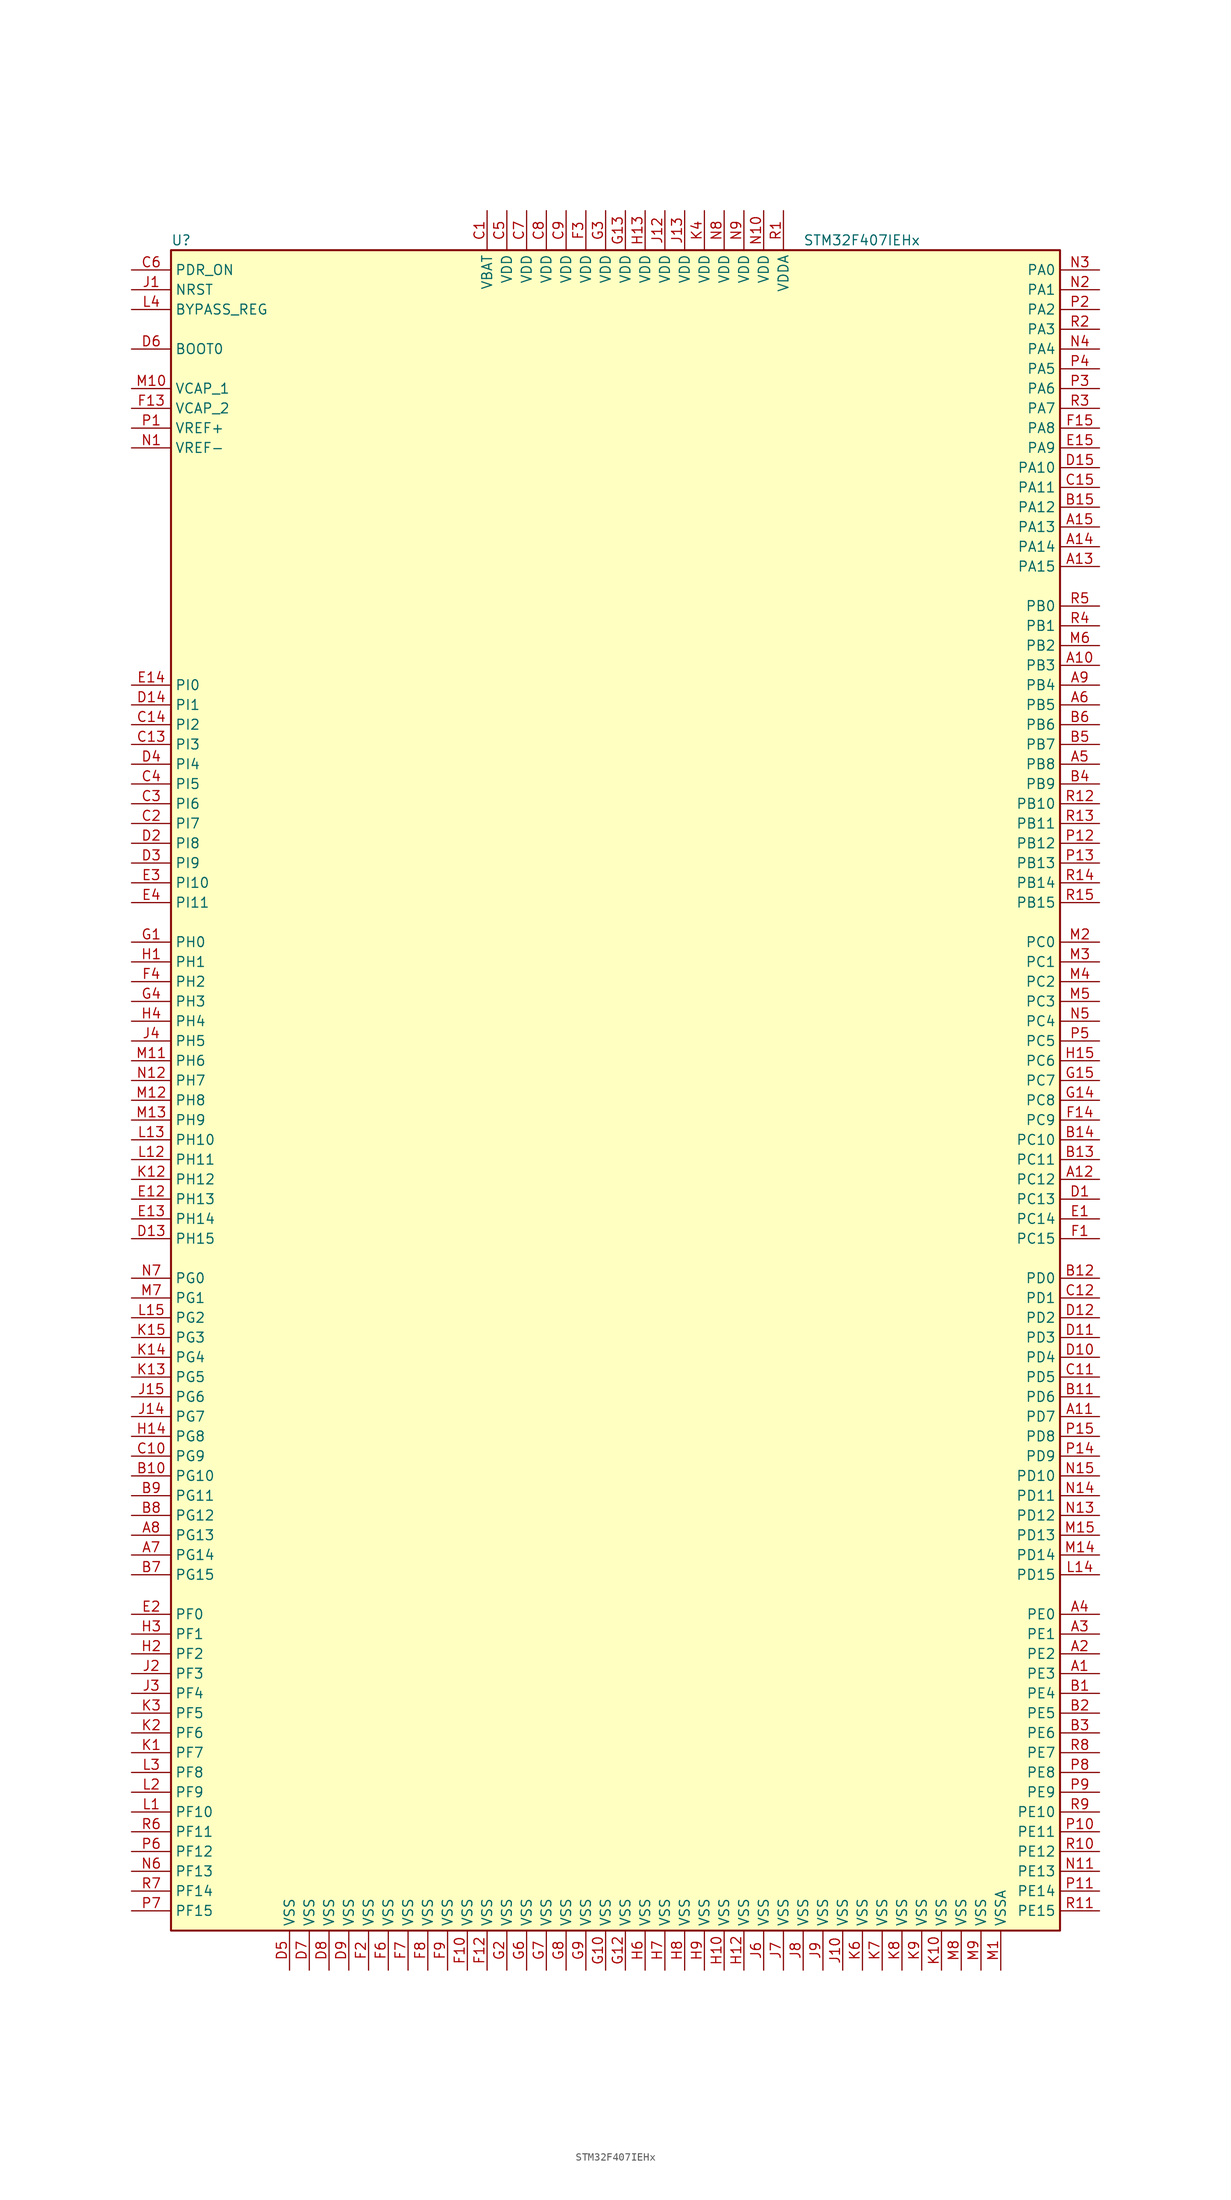
<source format=kicad_sym>
(kicad_symbol_lib
  (version 20201005)
  (generator kicad_symbol_editor)
  (symbol "MCU_ST_STM32F4:STM32F407IEHx"
    (property "Reference" "U"
      (at -58.42 107.95 0)
      (effects (font (size 1.27 1.27)) (justify left)))
    (property "Value" "STM32F407IEHx"
      (at 22.86 107.95 0)
      (effects (font (size 1.27 1.27)) (justify left)))
    (symbol "STM32F407IEHx_0_1"
      (rectangle (start -58.42 -109.22) (end 55.88 106.68) (stroke (width 0.254)) (fill (type background))))
    (symbol "STM32F407IEHx_1_1"
      (pin input line (at -63.5 93.98 0) (length 5.08) (name "BOOT0" (effects (font (size 1.27 1.27)))) (number "D6" (effects (font (size 1.27 1.27)))))
      (pin input line (at -63.5 99.06 0) (length 5.08) (name "BYPASS_REG" (effects (font (size 1.27 1.27)))) (number "L4" (effects (font (size 1.27 1.27)))))
      (pin input line (at -63.5 101.6 0) (length 5.08) (name "NRST" (effects (font (size 1.27 1.27)))) (number "J1" (effects (font (size 1.27 1.27)))))
      (pin bidirectional line (at 60.96 104.14 180) (length 5.08) (name "PA0" (effects (font (size 1.27 1.27)))) (number "N3" (effects (font (size 1.27 1.27)))))
      (pin bidirectional line (at 60.96 101.6 180) (length 5.08) (name "PA1" (effects (font (size 1.27 1.27)))) (number "N2" (effects (font (size 1.27 1.27)))))
      (pin bidirectional line (at 60.96 78.74 180) (length 5.08) (name "PA10" (effects (font (size 1.27 1.27)))) (number "D15" (effects (font (size 1.27 1.27)))))
      (pin bidirectional line (at 60.96 76.2 180) (length 5.08) (name "PA11" (effects (font (size 1.27 1.27)))) (number "C15" (effects (font (size 1.27 1.27)))))
      (pin bidirectional line (at 60.96 73.66 180) (length 5.08) (name "PA12" (effects (font (size 1.27 1.27)))) (number "B15" (effects (font (size 1.27 1.27)))))
      (pin bidirectional line (at 60.96 71.12 180) (length 5.08) (name "PA13" (effects (font (size 1.27 1.27)))) (number "A15" (effects (font (size 1.27 1.27)))))
      (pin bidirectional line (at 60.96 68.58 180) (length 5.08) (name "PA14" (effects (font (size 1.27 1.27)))) (number "A14" (effects (font (size 1.27 1.27)))))
      (pin bidirectional line (at 60.96 66.04 180) (length 5.08) (name "PA15" (effects (font (size 1.27 1.27)))) (number "A13" (effects (font (size 1.27 1.27)))))
      (pin bidirectional line (at 60.96 99.06 180) (length 5.08) (name "PA2" (effects (font (size 1.27 1.27)))) (number "P2" (effects (font (size 1.27 1.27)))))
      (pin bidirectional line (at 60.96 96.52 180) (length 5.08) (name "PA3" (effects (font (size 1.27 1.27)))) (number "R2" (effects (font (size 1.27 1.27)))))
      (pin bidirectional line (at 60.96 93.98 180) (length 5.08) (name "PA4" (effects (font (size 1.27 1.27)))) (number "N4" (effects (font (size 1.27 1.27)))))
      (pin bidirectional line (at 60.96 91.44 180) (length 5.08) (name "PA5" (effects (font (size 1.27 1.27)))) (number "P4" (effects (font (size 1.27 1.27)))))
      (pin bidirectional line (at 60.96 88.9 180) (length 5.08) (name "PA6" (effects (font (size 1.27 1.27)))) (number "P3" (effects (font (size 1.27 1.27)))))
      (pin bidirectional line (at 60.96 86.36 180) (length 5.08) (name "PA7" (effects (font (size 1.27 1.27)))) (number "R3" (effects (font (size 1.27 1.27)))))
      (pin bidirectional line (at 60.96 83.82 180) (length 5.08) (name "PA8" (effects (font (size 1.27 1.27)))) (number "F15" (effects (font (size 1.27 1.27)))))
      (pin bidirectional line (at 60.96 81.28 180) (length 5.08) (name "PA9" (effects (font (size 1.27 1.27)))) (number "E15" (effects (font (size 1.27 1.27)))))
      (pin bidirectional line (at 60.96 60.96 180) (length 5.08) (name "PB0" (effects (font (size 1.27 1.27)))) (number "R5" (effects (font (size 1.27 1.27)))))
      (pin bidirectional line (at 60.96 58.42 180) (length 5.08) (name "PB1" (effects (font (size 1.27 1.27)))) (number "R4" (effects (font (size 1.27 1.27)))))
      (pin bidirectional line (at 60.96 35.56 180) (length 5.08) (name "PB10" (effects (font (size 1.27 1.27)))) (number "R12" (effects (font (size 1.27 1.27)))))
      (pin bidirectional line (at 60.96 33.02 180) (length 5.08) (name "PB11" (effects (font (size 1.27 1.27)))) (number "R13" (effects (font (size 1.27 1.27)))))
      (pin bidirectional line (at 60.96 30.48 180) (length 5.08) (name "PB12" (effects (font (size 1.27 1.27)))) (number "P12" (effects (font (size 1.27 1.27)))))
      (pin bidirectional line (at 60.96 27.94 180) (length 5.08) (name "PB13" (effects (font (size 1.27 1.27)))) (number "P13" (effects (font (size 1.27 1.27)))))
      (pin bidirectional line (at 60.96 25.4 180) (length 5.08) (name "PB14" (effects (font (size 1.27 1.27)))) (number "R14" (effects (font (size 1.27 1.27)))))
      (pin bidirectional line (at 60.96 22.86 180) (length 5.08) (name "PB15" (effects (font (size 1.27 1.27)))) (number "R15" (effects (font (size 1.27 1.27)))))
      (pin bidirectional line (at 60.96 55.88 180) (length 5.08) (name "PB2" (effects (font (size 1.27 1.27)))) (number "M6" (effects (font (size 1.27 1.27)))))
      (pin bidirectional line (at 60.96 53.34 180) (length 5.08) (name "PB3" (effects (font (size 1.27 1.27)))) (number "A10" (effects (font (size 1.27 1.27)))))
      (pin bidirectional line (at 60.96 50.8 180) (length 5.08) (name "PB4" (effects (font (size 1.27 1.27)))) (number "A9" (effects (font (size 1.27 1.27)))))
      (pin bidirectional line (at 60.96 48.26 180) (length 5.08) (name "PB5" (effects (font (size 1.27 1.27)))) (number "A6" (effects (font (size 1.27 1.27)))))
      (pin bidirectional line (at 60.96 45.72 180) (length 5.08) (name "PB6" (effects (font (size 1.27 1.27)))) (number "B6" (effects (font (size 1.27 1.27)))))
      (pin bidirectional line (at 60.96 43.18 180) (length 5.08) (name "PB7" (effects (font (size 1.27 1.27)))) (number "B5" (effects (font (size 1.27 1.27)))))
      (pin bidirectional line (at 60.96 40.64 180) (length 5.08) (name "PB8" (effects (font (size 1.27 1.27)))) (number "A5" (effects (font (size 1.27 1.27)))))
      (pin bidirectional line (at 60.96 38.1 180) (length 5.08) (name "PB9" (effects (font (size 1.27 1.27)))) (number "B4" (effects (font (size 1.27 1.27)))))
      (pin bidirectional line (at 60.96 17.78 180) (length 5.08) (name "PC0" (effects (font (size 1.27 1.27)))) (number "M2" (effects (font (size 1.27 1.27)))))
      (pin bidirectional line (at 60.96 15.24 180) (length 5.08) (name "PC1" (effects (font (size 1.27 1.27)))) (number "M3" (effects (font (size 1.27 1.27)))))
      (pin bidirectional line (at 60.96 -7.62 180) (length 5.08) (name "PC10" (effects (font (size 1.27 1.27)))) (number "B14" (effects (font (size 1.27 1.27)))))
      (pin bidirectional line (at 60.96 -10.16 180) (length 5.08) (name "PC11" (effects (font (size 1.27 1.27)))) (number "B13" (effects (font (size 1.27 1.27)))))
      (pin bidirectional line (at 60.96 -12.7 180) (length 5.08) (name "PC12" (effects (font (size 1.27 1.27)))) (number "A12" (effects (font (size 1.27 1.27)))))
      (pin bidirectional line (at 60.96 -15.24 180) (length 5.08) (name "PC13" (effects (font (size 1.27 1.27)))) (number "D1" (effects (font (size 1.27 1.27)))))
      (pin bidirectional line (at 60.96 -17.78 180) (length 5.08) (name "PC14" (effects (font (size 1.27 1.27)))) (number "E1" (effects (font (size 1.27 1.27)))))
      (pin bidirectional line (at 60.96 -20.32 180) (length 5.08) (name "PC15" (effects (font (size 1.27 1.27)))) (number "F1" (effects (font (size 1.27 1.27)))))
      (pin bidirectional line (at 60.96 12.7 180) (length 5.08) (name "PC2" (effects (font (size 1.27 1.27)))) (number "M4" (effects (font (size 1.27 1.27)))))
      (pin bidirectional line (at 60.96 10.16 180) (length 5.08) (name "PC3" (effects (font (size 1.27 1.27)))) (number "M5" (effects (font (size 1.27 1.27)))))
      (pin bidirectional line (at 60.96 7.62 180) (length 5.08) (name "PC4" (effects (font (size 1.27 1.27)))) (number "N5" (effects (font (size 1.27 1.27)))))
      (pin bidirectional line (at 60.96 5.08 180) (length 5.08) (name "PC5" (effects (font (size 1.27 1.27)))) (number "P5" (effects (font (size 1.27 1.27)))))
      (pin bidirectional line (at 60.96 2.54 180) (length 5.08) (name "PC6" (effects (font (size 1.27 1.27)))) (number "H15" (effects (font (size 1.27 1.27)))))
      (pin bidirectional line (at 60.96 0 180) (length 5.08) (name "PC7" (effects (font (size 1.27 1.27)))) (number "G15" (effects (font (size 1.27 1.27)))))
      (pin bidirectional line (at 60.96 -2.54 180) (length 5.08) (name "PC8" (effects (font (size 1.27 1.27)))) (number "G14" (effects (font (size 1.27 1.27)))))
      (pin bidirectional line (at 60.96 -5.08 180) (length 5.08) (name "PC9" (effects (font (size 1.27 1.27)))) (number "F14" (effects (font (size 1.27 1.27)))))
      (pin bidirectional line (at 60.96 -25.4 180) (length 5.08) (name "PD0" (effects (font (size 1.27 1.27)))) (number "B12" (effects (font (size 1.27 1.27)))))
      (pin bidirectional line (at 60.96 -27.94 180) (length 5.08) (name "PD1" (effects (font (size 1.27 1.27)))) (number "C12" (effects (font (size 1.27 1.27)))))
      (pin bidirectional line (at 60.96 -50.8 180) (length 5.08) (name "PD10" (effects (font (size 1.27 1.27)))) (number "N15" (effects (font (size 1.27 1.27)))))
      (pin bidirectional line (at 60.96 -53.34 180) (length 5.08) (name "PD11" (effects (font (size 1.27 1.27)))) (number "N14" (effects (font (size 1.27 1.27)))))
      (pin bidirectional line (at 60.96 -55.88 180) (length 5.08) (name "PD12" (effects (font (size 1.27 1.27)))) (number "N13" (effects (font (size 1.27 1.27)))))
      (pin bidirectional line (at 60.96 -58.42 180) (length 5.08) (name "PD13" (effects (font (size 1.27 1.27)))) (number "M15" (effects (font (size 1.27 1.27)))))
      (pin bidirectional line (at 60.96 -60.96 180) (length 5.08) (name "PD14" (effects (font (size 1.27 1.27)))) (number "M14" (effects (font (size 1.27 1.27)))))
      (pin bidirectional line (at 60.96 -63.5 180) (length 5.08) (name "PD15" (effects (font (size 1.27 1.27)))) (number "L14" (effects (font (size 1.27 1.27)))))
      (pin bidirectional line (at 60.96 -30.48 180) (length 5.08) (name "PD2" (effects (font (size 1.27 1.27)))) (number "D12" (effects (font (size 1.27 1.27)))))
      (pin bidirectional line (at 60.96 -33.02 180) (length 5.08) (name "PD3" (effects (font (size 1.27 1.27)))) (number "D11" (effects (font (size 1.27 1.27)))))
      (pin bidirectional line (at 60.96 -35.56 180) (length 5.08) (name "PD4" (effects (font (size 1.27 1.27)))) (number "D10" (effects (font (size 1.27 1.27)))))
      (pin bidirectional line (at 60.96 -38.1 180) (length 5.08) (name "PD5" (effects (font (size 1.27 1.27)))) (number "C11" (effects (font (size 1.27 1.27)))))
      (pin bidirectional line (at 60.96 -40.64 180) (length 5.08) (name "PD6" (effects (font (size 1.27 1.27)))) (number "B11" (effects (font (size 1.27 1.27)))))
      (pin bidirectional line (at 60.96 -43.18 180) (length 5.08) (name "PD7" (effects (font (size 1.27 1.27)))) (number "A11" (effects (font (size 1.27 1.27)))))
      (pin bidirectional line (at 60.96 -45.72 180) (length 5.08) (name "PD8" (effects (font (size 1.27 1.27)))) (number "P15" (effects (font (size 1.27 1.27)))))
      (pin bidirectional line (at 60.96 -48.26 180) (length 5.08) (name "PD9" (effects (font (size 1.27 1.27)))) (number "P14" (effects (font (size 1.27 1.27)))))
      (pin input line (at -63.5 104.14 0) (length 5.08) (name "PDR_ON" (effects (font (size 1.27 1.27)))) (number "C6" (effects (font (size 1.27 1.27)))))
      (pin bidirectional line (at 60.96 -68.58 180) (length 5.08) (name "PE0" (effects (font (size 1.27 1.27)))) (number "A4" (effects (font (size 1.27 1.27)))))
      (pin bidirectional line (at 60.96 -71.12 180) (length 5.08) (name "PE1" (effects (font (size 1.27 1.27)))) (number "A3" (effects (font (size 1.27 1.27)))))
      (pin bidirectional line (at 60.96 -93.98 180) (length 5.08) (name "PE10" (effects (font (size 1.27 1.27)))) (number "R9" (effects (font (size 1.27 1.27)))))
      (pin bidirectional line (at 60.96 -96.52 180) (length 5.08) (name "PE11" (effects (font (size 1.27 1.27)))) (number "P10" (effects (font (size 1.27 1.27)))))
      (pin bidirectional line (at 60.96 -99.06 180) (length 5.08) (name "PE12" (effects (font (size 1.27 1.27)))) (number "R10" (effects (font (size 1.27 1.27)))))
      (pin bidirectional line (at 60.96 -101.6 180) (length 5.08) (name "PE13" (effects (font (size 1.27 1.27)))) (number "N11" (effects (font (size 1.27 1.27)))))
      (pin bidirectional line (at 60.96 -104.14 180) (length 5.08) (name "PE14" (effects (font (size 1.27 1.27)))) (number "P11" (effects (font (size 1.27 1.27)))))
      (pin bidirectional line (at 60.96 -106.68 180) (length 5.08) (name "PE15" (effects (font (size 1.27 1.27)))) (number "R11" (effects (font (size 1.27 1.27)))))
      (pin bidirectional line (at 60.96 -73.66 180) (length 5.08) (name "PE2" (effects (font (size 1.27 1.27)))) (number "A2" (effects (font (size 1.27 1.27)))))
      (pin bidirectional line (at 60.96 -76.2 180) (length 5.08) (name "PE3" (effects (font (size 1.27 1.27)))) (number "A1" (effects (font (size 1.27 1.27)))))
      (pin bidirectional line (at 60.96 -78.74 180) (length 5.08) (name "PE4" (effects (font (size 1.27 1.27)))) (number "B1" (effects (font (size 1.27 1.27)))))
      (pin bidirectional line (at 60.96 -81.28 180) (length 5.08) (name "PE5" (effects (font (size 1.27 1.27)))) (number "B2" (effects (font (size 1.27 1.27)))))
      (pin bidirectional line (at 60.96 -83.82 180) (length 5.08) (name "PE6" (effects (font (size 1.27 1.27)))) (number "B3" (effects (font (size 1.27 1.27)))))
      (pin bidirectional line (at 60.96 -86.36 180) (length 5.08) (name "PE7" (effects (font (size 1.27 1.27)))) (number "R8" (effects (font (size 1.27 1.27)))))
      (pin bidirectional line (at 60.96 -88.9 180) (length 5.08) (name "PE8" (effects (font (size 1.27 1.27)))) (number "P8" (effects (font (size 1.27 1.27)))))
      (pin bidirectional line (at 60.96 -91.44 180) (length 5.08) (name "PE9" (effects (font (size 1.27 1.27)))) (number "P9" (effects (font (size 1.27 1.27)))))
      (pin bidirectional line (at -63.5 -68.58 0) (length 5.08) (name "PF0" (effects (font (size 1.27 1.27)))) (number "E2" (effects (font (size 1.27 1.27)))))
      (pin bidirectional line (at -63.5 -71.12 0) (length 5.08) (name "PF1" (effects (font (size 1.27 1.27)))) (number "H3" (effects (font (size 1.27 1.27)))))
      (pin bidirectional line (at -63.5 -93.98 0) (length 5.08) (name "PF10" (effects (font (size 1.27 1.27)))) (number "L1" (effects (font (size 1.27 1.27)))))
      (pin bidirectional line (at -63.5 -96.52 0) (length 5.08) (name "PF11" (effects (font (size 1.27 1.27)))) (number "R6" (effects (font (size 1.27 1.27)))))
      (pin bidirectional line (at -63.5 -99.06 0) (length 5.08) (name "PF12" (effects (font (size 1.27 1.27)))) (number "P6" (effects (font (size 1.27 1.27)))))
      (pin bidirectional line (at -63.5 -101.6 0) (length 5.08) (name "PF13" (effects (font (size 1.27 1.27)))) (number "N6" (effects (font (size 1.27 1.27)))))
      (pin bidirectional line (at -63.5 -104.14 0) (length 5.08) (name "PF14" (effects (font (size 1.27 1.27)))) (number "R7" (effects (font (size 1.27 1.27)))))
      (pin bidirectional line (at -63.5 -106.68 0) (length 5.08) (name "PF15" (effects (font (size 1.27 1.27)))) (number "P7" (effects (font (size 1.27 1.27)))))
      (pin bidirectional line (at -63.5 -73.66 0) (length 5.08) (name "PF2" (effects (font (size 1.27 1.27)))) (number "H2" (effects (font (size 1.27 1.27)))))
      (pin bidirectional line (at -63.5 -76.2 0) (length 5.08) (name "PF3" (effects (font (size 1.27 1.27)))) (number "J2" (effects (font (size 1.27 1.27)))))
      (pin bidirectional line (at -63.5 -78.74 0) (length 5.08) (name "PF4" (effects (font (size 1.27 1.27)))) (number "J3" (effects (font (size 1.27 1.27)))))
      (pin bidirectional line (at -63.5 -81.28 0) (length 5.08) (name "PF5" (effects (font (size 1.27 1.27)))) (number "K3" (effects (font (size 1.27 1.27)))))
      (pin bidirectional line (at -63.5 -83.82 0) (length 5.08) (name "PF6" (effects (font (size 1.27 1.27)))) (number "K2" (effects (font (size 1.27 1.27)))))
      (pin bidirectional line (at -63.5 -86.36 0) (length 5.08) (name "PF7" (effects (font (size 1.27 1.27)))) (number "K1" (effects (font (size 1.27 1.27)))))
      (pin bidirectional line (at -63.5 -88.9 0) (length 5.08) (name "PF8" (effects (font (size 1.27 1.27)))) (number "L3" (effects (font (size 1.27 1.27)))))
      (pin bidirectional line (at -63.5 -91.44 0) (length 5.08) (name "PF9" (effects (font (size 1.27 1.27)))) (number "L2" (effects (font (size 1.27 1.27)))))
      (pin bidirectional line (at -63.5 -25.4 0) (length 5.08) (name "PG0" (effects (font (size 1.27 1.27)))) (number "N7" (effects (font (size 1.27 1.27)))))
      (pin bidirectional line (at -63.5 -27.94 0) (length 5.08) (name "PG1" (effects (font (size 1.27 1.27)))) (number "M7" (effects (font (size 1.27 1.27)))))
      (pin bidirectional line (at -63.5 -50.8 0) (length 5.08) (name "PG10" (effects (font (size 1.27 1.27)))) (number "B10" (effects (font (size 1.27 1.27)))))
      (pin bidirectional line (at -63.5 -53.34 0) (length 5.08) (name "PG11" (effects (font (size 1.27 1.27)))) (number "B9" (effects (font (size 1.27 1.27)))))
      (pin bidirectional line (at -63.5 -55.88 0) (length 5.08) (name "PG12" (effects (font (size 1.27 1.27)))) (number "B8" (effects (font (size 1.27 1.27)))))
      (pin bidirectional line (at -63.5 -58.42 0) (length 5.08) (name "PG13" (effects (font (size 1.27 1.27)))) (number "A8" (effects (font (size 1.27 1.27)))))
      (pin bidirectional line (at -63.5 -60.96 0) (length 5.08) (name "PG14" (effects (font (size 1.27 1.27)))) (number "A7" (effects (font (size 1.27 1.27)))))
      (pin bidirectional line (at -63.5 -63.5 0) (length 5.08) (name "PG15" (effects (font (size 1.27 1.27)))) (number "B7" (effects (font (size 1.27 1.27)))))
      (pin bidirectional line (at -63.5 -30.48 0) (length 5.08) (name "PG2" (effects (font (size 1.27 1.27)))) (number "L15" (effects (font (size 1.27 1.27)))))
      (pin bidirectional line (at -63.5 -33.02 0) (length 5.08) (name "PG3" (effects (font (size 1.27 1.27)))) (number "K15" (effects (font (size 1.27 1.27)))))
      (pin bidirectional line (at -63.5 -35.56 0) (length 5.08) (name "PG4" (effects (font (size 1.27 1.27)))) (number "K14" (effects (font (size 1.27 1.27)))))
      (pin bidirectional line (at -63.5 -38.1 0) (length 5.08) (name "PG5" (effects (font (size 1.27 1.27)))) (number "K13" (effects (font (size 1.27 1.27)))))
      (pin bidirectional line (at -63.5 -40.64 0) (length 5.08) (name "PG6" (effects (font (size 1.27 1.27)))) (number "J15" (effects (font (size 1.27 1.27)))))
      (pin bidirectional line (at -63.5 -43.18 0) (length 5.08) (name "PG7" (effects (font (size 1.27 1.27)))) (number "J14" (effects (font (size 1.27 1.27)))))
      (pin bidirectional line (at -63.5 -45.72 0) (length 5.08) (name "PG8" (effects (font (size 1.27 1.27)))) (number "H14" (effects (font (size 1.27 1.27)))))
      (pin bidirectional line (at -63.5 -48.26 0) (length 5.08) (name "PG9" (effects (font (size 1.27 1.27)))) (number "C10" (effects (font (size 1.27 1.27)))))
      (pin input line (at -63.5 17.78 0) (length 5.08) (name "PH0" (effects (font (size 1.27 1.27)))) (number "G1" (effects (font (size 1.27 1.27)))))
      (pin input line (at -63.5 15.24 0) (length 5.08) (name "PH1" (effects (font (size 1.27 1.27)))) (number "H1" (effects (font (size 1.27 1.27)))))
      (pin bidirectional line (at -63.5 -7.62 0) (length 5.08) (name "PH10" (effects (font (size 1.27 1.27)))) (number "L13" (effects (font (size 1.27 1.27)))))
      (pin bidirectional line (at -63.5 -10.16 0) (length 5.08) (name "PH11" (effects (font (size 1.27 1.27)))) (number "L12" (effects (font (size 1.27 1.27)))))
      (pin bidirectional line (at -63.5 -12.7 0) (length 5.08) (name "PH12" (effects (font (size 1.27 1.27)))) (number "K12" (effects (font (size 1.27 1.27)))))
      (pin bidirectional line (at -63.5 -15.24 0) (length 5.08) (name "PH13" (effects (font (size 1.27 1.27)))) (number "E12" (effects (font (size 1.27 1.27)))))
      (pin bidirectional line (at -63.5 -17.78 0) (length 5.08) (name "PH14" (effects (font (size 1.27 1.27)))) (number "E13" (effects (font (size 1.27 1.27)))))
      (pin bidirectional line (at -63.5 -20.32 0) (length 5.08) (name "PH15" (effects (font (size 1.27 1.27)))) (number "D13" (effects (font (size 1.27 1.27)))))
      (pin bidirectional line (at -63.5 12.7 0) (length 5.08) (name "PH2" (effects (font (size 1.27 1.27)))) (number "F4" (effects (font (size 1.27 1.27)))))
      (pin bidirectional line (at -63.5 10.16 0) (length 5.08) (name "PH3" (effects (font (size 1.27 1.27)))) (number "G4" (effects (font (size 1.27 1.27)))))
      (pin bidirectional line (at -63.5 7.62 0) (length 5.08) (name "PH4" (effects (font (size 1.27 1.27)))) (number "H4" (effects (font (size 1.27 1.27)))))
      (pin bidirectional line (at -63.5 5.08 0) (length 5.08) (name "PH5" (effects (font (size 1.27 1.27)))) (number "J4" (effects (font (size 1.27 1.27)))))
      (pin bidirectional line (at -63.5 2.54 0) (length 5.08) (name "PH6" (effects (font (size 1.27 1.27)))) (number "M11" (effects (font (size 1.27 1.27)))))
      (pin bidirectional line (at -63.5 0 0) (length 5.08) (name "PH7" (effects (font (size 1.27 1.27)))) (number "N12" (effects (font (size 1.27 1.27)))))
      (pin bidirectional line (at -63.5 -2.54 0) (length 5.08) (name "PH8" (effects (font (size 1.27 1.27)))) (number "M12" (effects (font (size 1.27 1.27)))))
      (pin bidirectional line (at -63.5 -5.08 0) (length 5.08) (name "PH9" (effects (font (size 1.27 1.27)))) (number "M13" (effects (font (size 1.27 1.27)))))
      (pin bidirectional line (at -63.5 50.8 0) (length 5.08) (name "PI0" (effects (font (size 1.27 1.27)))) (number "E14" (effects (font (size 1.27 1.27)))))
      (pin bidirectional line (at -63.5 48.26 0) (length 5.08) (name "PI1" (effects (font (size 1.27 1.27)))) (number "D14" (effects (font (size 1.27 1.27)))))
      (pin bidirectional line (at -63.5 25.4 0) (length 5.08) (name "PI10" (effects (font (size 1.27 1.27)))) (number "E3" (effects (font (size 1.27 1.27)))))
      (pin bidirectional line (at -63.5 22.86 0) (length 5.08) (name "PI11" (effects (font (size 1.27 1.27)))) (number "E4" (effects (font (size 1.27 1.27)))))
      (pin bidirectional line (at -63.5 45.72 0) (length 5.08) (name "PI2" (effects (font (size 1.27 1.27)))) (number "C14" (effects (font (size 1.27 1.27)))))
      (pin bidirectional line (at -63.5 43.18 0) (length 5.08) (name "PI3" (effects (font (size 1.27 1.27)))) (number "C13" (effects (font (size 1.27 1.27)))))
      (pin bidirectional line (at -63.5 40.64 0) (length 5.08) (name "PI4" (effects (font (size 1.27 1.27)))) (number "D4" (effects (font (size 1.27 1.27)))))
      (pin bidirectional line (at -63.5 38.1 0) (length 5.08) (name "PI5" (effects (font (size 1.27 1.27)))) (number "C4" (effects (font (size 1.27 1.27)))))
      (pin bidirectional line (at -63.5 35.56 0) (length 5.08) (name "PI6" (effects (font (size 1.27 1.27)))) (number "C3" (effects (font (size 1.27 1.27)))))
      (pin bidirectional line (at -63.5 33.02 0) (length 5.08) (name "PI7" (effects (font (size 1.27 1.27)))) (number "C2" (effects (font (size 1.27 1.27)))))
      (pin bidirectional line (at -63.5 30.48 0) (length 5.08) (name "PI8" (effects (font (size 1.27 1.27)))) (number "D2" (effects (font (size 1.27 1.27)))))
      (pin bidirectional line (at -63.5 27.94 0) (length 5.08) (name "PI9" (effects (font (size 1.27 1.27)))) (number "D3" (effects (font (size 1.27 1.27)))))
      (pin power_in line (at -17.78 111.76 270) (length 5.08) (name "VBAT" (effects (font (size 1.27 1.27)))) (number "C1" (effects (font (size 1.27 1.27)))))
      (pin power_in line (at -63.5 88.9 0) (length 5.08) (name "VCAP_1" (effects (font (size 1.27 1.27)))) (number "M10" (effects (font (size 1.27 1.27)))))
      (pin power_in line (at -63.5 86.36 0) (length 5.08) (name "VCAP_2" (effects (font (size 1.27 1.27)))) (number "F13" (effects (font (size 1.27 1.27)))))
      (pin power_in line (at -15.24 111.76 270) (length 5.08) (name "VDD" (effects (font (size 1.27 1.27)))) (number "C5" (effects (font (size 1.27 1.27)))))
      (pin power_in line (at -12.7 111.76 270) (length 5.08) (name "VDD" (effects (font (size 1.27 1.27)))) (number "C7" (effects (font (size 1.27 1.27)))))
      (pin power_in line (at -10.16 111.76 270) (length 5.08) (name "VDD" (effects (font (size 1.27 1.27)))) (number "C8" (effects (font (size 1.27 1.27)))))
      (pin power_in line (at -7.62 111.76 270) (length 5.08) (name "VDD" (effects (font (size 1.27 1.27)))) (number "C9" (effects (font (size 1.27 1.27)))))
      (pin power_in line (at -5.08 111.76 270) (length 5.08) (name "VDD" (effects (font (size 1.27 1.27)))) (number "F3" (effects (font (size 1.27 1.27)))))
      (pin power_in line (at 0 111.76 270) (length 5.08) (name "VDD" (effects (font (size 1.27 1.27)))) (number "G13" (effects (font (size 1.27 1.27)))))
      (pin power_in line (at -2.54 111.76 270) (length 5.08) (name "VDD" (effects (font (size 1.27 1.27)))) (number "G3" (effects (font (size 1.27 1.27)))))
      (pin power_in line (at 2.54 111.76 270) (length 5.08) (name "VDD" (effects (font (size 1.27 1.27)))) (number "H13" (effects (font (size 1.27 1.27)))))
      (pin power_in line (at 5.08 111.76 270) (length 5.08) (name "VDD" (effects (font (size 1.27 1.27)))) (number "J12" (effects (font (size 1.27 1.27)))))
      (pin power_in line (at 7.62 111.76 270) (length 5.08) (name "VDD" (effects (font (size 1.27 1.27)))) (number "J13" (effects (font (size 1.27 1.27)))))
      (pin power_in line (at 10.16 111.76 270) (length 5.08) (name "VDD" (effects (font (size 1.27 1.27)))) (number "K4" (effects (font (size 1.27 1.27)))))
      (pin power_in line (at 17.78 111.76 270) (length 5.08) (name "VDD" (effects (font (size 1.27 1.27)))) (number "N10" (effects (font (size 1.27 1.27)))))
      (pin power_in line (at 12.7 111.76 270) (length 5.08) (name "VDD" (effects (font (size 1.27 1.27)))) (number "N8" (effects (font (size 1.27 1.27)))))
      (pin power_in line (at 15.24 111.76 270) (length 5.08) (name "VDD" (effects (font (size 1.27 1.27)))) (number "N9" (effects (font (size 1.27 1.27)))))
      (pin power_in line (at 20.32 111.76 270) (length 5.08) (name "VDDA" (effects (font (size 1.27 1.27)))) (number "R1" (effects (font (size 1.27 1.27)))))
      (pin power_in line (at -63.5 83.82 0) (length 5.08) (name "VREF+" (effects (font (size 1.27 1.27)))) (number "P1" (effects (font (size 1.27 1.27)))))
      (pin power_in line (at -63.5 81.28 0) (length 5.08) (name "VREF-" (effects (font (size 1.27 1.27)))) (number "N1" (effects (font (size 1.27 1.27)))))
      (pin power_in line (at -43.18 -114.3 90) (length 5.08) (name "VSS" (effects (font (size 1.27 1.27)))) (number "D5" (effects (font (size 1.27 1.27)))))
      (pin power_in line (at -40.64 -114.3 90) (length 5.08) (name "VSS" (effects (font (size 1.27 1.27)))) (number "D7" (effects (font (size 1.27 1.27)))))
      (pin power_in line (at -38.1 -114.3 90) (length 5.08) (name "VSS" (effects (font (size 1.27 1.27)))) (number "D8" (effects (font (size 1.27 1.27)))))
      (pin power_in line (at -35.56 -114.3 90) (length 5.08) (name "VSS" (effects (font (size 1.27 1.27)))) (number "D9" (effects (font (size 1.27 1.27)))))
      (pin power_in line (at -20.32 -114.3 90) (length 5.08) (name "VSS" (effects (font (size 1.27 1.27)))) (number "F10" (effects (font (size 1.27 1.27)))))
      (pin power_in line (at -17.78 -114.3 90) (length 5.08) (name "VSS" (effects (font (size 1.27 1.27)))) (number "F12" (effects (font (size 1.27 1.27)))))
      (pin power_in line (at -33.02 -114.3 90) (length 5.08) (name "VSS" (effects (font (size 1.27 1.27)))) (number "F2" (effects (font (size 1.27 1.27)))))
      (pin power_in line (at -30.48 -114.3 90) (length 5.08) (name "VSS" (effects (font (size 1.27 1.27)))) (number "F6" (effects (font (size 1.27 1.27)))))
      (pin power_in line (at -27.94 -114.3 90) (length 5.08) (name "VSS" (effects (font (size 1.27 1.27)))) (number "F7" (effects (font (size 1.27 1.27)))))
      (pin power_in line (at -25.4 -114.3 90) (length 5.08) (name "VSS" (effects (font (size 1.27 1.27)))) (number "F8" (effects (font (size 1.27 1.27)))))
      (pin power_in line (at -22.86 -114.3 90) (length 5.08) (name "VSS" (effects (font (size 1.27 1.27)))) (number "F9" (effects (font (size 1.27 1.27)))))
      (pin power_in line (at -2.54 -114.3 90) (length 5.08) (name "VSS" (effects (font (size 1.27 1.27)))) (number "G10" (effects (font (size 1.27 1.27)))))
      (pin power_in line (at 0 -114.3 90) (length 5.08) (name "VSS" (effects (font (size 1.27 1.27)))) (number "G12" (effects (font (size 1.27 1.27)))))
      (pin power_in line (at -15.24 -114.3 90) (length 5.08) (name "VSS" (effects (font (size 1.27 1.27)))) (number "G2" (effects (font (size 1.27 1.27)))))
      (pin power_in line (at -12.7 -114.3 90) (length 5.08) (name "VSS" (effects (font (size 1.27 1.27)))) (number "G6" (effects (font (size 1.27 1.27)))))
      (pin power_in line (at -10.16 -114.3 90) (length 5.08) (name "VSS" (effects (font (size 1.27 1.27)))) (number "G7" (effects (font (size 1.27 1.27)))))
      (pin power_in line (at -7.62 -114.3 90) (length 5.08) (name "VSS" (effects (font (size 1.27 1.27)))) (number "G8" (effects (font (size 1.27 1.27)))))
      (pin power_in line (at -5.08 -114.3 90) (length 5.08) (name "VSS" (effects (font (size 1.27 1.27)))) (number "G9" (effects (font (size 1.27 1.27)))))
      (pin power_in line (at 12.7 -114.3 90) (length 5.08) (name "VSS" (effects (font (size 1.27 1.27)))) (number "H10" (effects (font (size 1.27 1.27)))))
      (pin power_in line (at 15.24 -114.3 90) (length 5.08) (name "VSS" (effects (font (size 1.27 1.27)))) (number "H12" (effects (font (size 1.27 1.27)))))
      (pin power_in line (at 2.54 -114.3 90) (length 5.08) (name "VSS" (effects (font (size 1.27 1.27)))) (number "H6" (effects (font (size 1.27 1.27)))))
      (pin power_in line (at 5.08 -114.3 90) (length 5.08) (name "VSS" (effects (font (size 1.27 1.27)))) (number "H7" (effects (font (size 1.27 1.27)))))
      (pin power_in line (at 7.62 -114.3 90) (length 5.08) (name "VSS" (effects (font (size 1.27 1.27)))) (number "H8" (effects (font (size 1.27 1.27)))))
      (pin power_in line (at 10.16 -114.3 90) (length 5.08) (name "VSS" (effects (font (size 1.27 1.27)))) (number "H9" (effects (font (size 1.27 1.27)))))
      (pin power_in line (at 27.94 -114.3 90) (length 5.08) (name "VSS" (effects (font (size 1.27 1.27)))) (number "J10" (effects (font (size 1.27 1.27)))))
      (pin power_in line (at 17.78 -114.3 90) (length 5.08) (name "VSS" (effects (font (size 1.27 1.27)))) (number "J6" (effects (font (size 1.27 1.27)))))
      (pin power_in line (at 20.32 -114.3 90) (length 5.08) (name "VSS" (effects (font (size 1.27 1.27)))) (number "J7" (effects (font (size 1.27 1.27)))))
      (pin power_in line (at 22.86 -114.3 90) (length 5.08) (name "VSS" (effects (font (size 1.27 1.27)))) (number "J8" (effects (font (size 1.27 1.27)))))
      (pin power_in line (at 25.4 -114.3 90) (length 5.08) (name "VSS" (effects (font (size 1.27 1.27)))) (number "J9" (effects (font (size 1.27 1.27)))))
      (pin power_in line (at 40.64 -114.3 90) (length 5.08) (name "VSS" (effects (font (size 1.27 1.27)))) (number "K10" (effects (font (size 1.27 1.27)))))
      (pin power_in line (at 30.48 -114.3 90) (length 5.08) (name "VSS" (effects (font (size 1.27 1.27)))) (number "K6" (effects (font (size 1.27 1.27)))))
      (pin power_in line (at 33.02 -114.3 90) (length 5.08) (name "VSS" (effects (font (size 1.27 1.27)))) (number "K7" (effects (font (size 1.27 1.27)))))
      (pin power_in line (at 35.56 -114.3 90) (length 5.08) (name "VSS" (effects (font (size 1.27 1.27)))) (number "K8" (effects (font (size 1.27 1.27)))))
      (pin power_in line (at 38.1 -114.3 90) (length 5.08) (name "VSS" (effects (font (size 1.27 1.27)))) (number "K9" (effects (font (size 1.27 1.27)))))
      (pin power_in line (at 43.18 -114.3 90) (length 5.08) (name "VSS" (effects (font (size 1.27 1.27)))) (number "M8" (effects (font (size 1.27 1.27)))))
      (pin power_in line (at 45.72 -114.3 90) (length 5.08) (name "VSS" (effects (font (size 1.27 1.27)))) (number "M9" (effects (font (size 1.27 1.27)))))
      (pin power_in line (at 48.26 -114.3 90) (length 5.08) (name "VSSA" (effects (font (size 1.27 1.27)))) (number "M1" (effects (font (size 1.27 1.27))))))))
</source>
